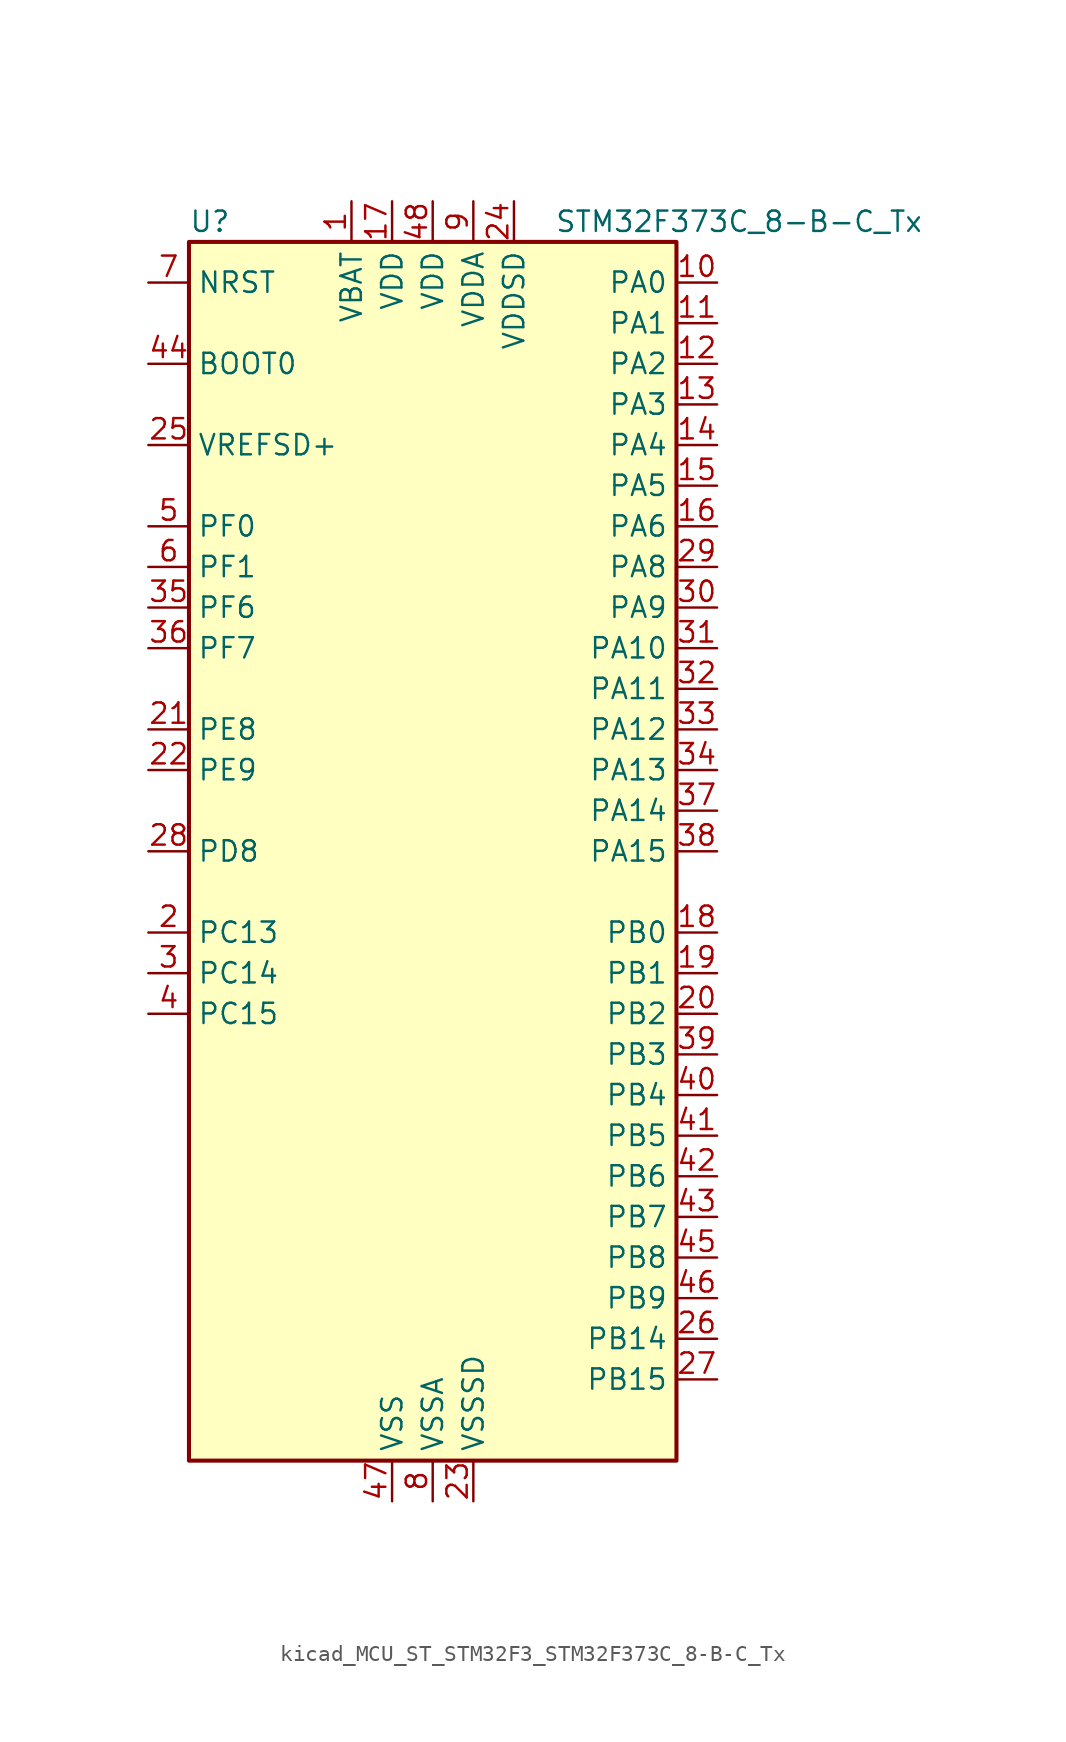
<source format=kicad_sym>
(kicad_symbol_lib
  (version 20220914)
  (generator kicad_symbol_editor)
  (symbol "kicad_MCU_ST_STM32F3_STM32F373C_8-B-C_Tx"
    (property "Reference" "U"
      (at -15.24 39.37 0)
      (effects (font (size 1.27 1.27)) (justify left)))
    (property "Value" "STM32F373C_8-B-C_Tx"
      (at 7.62 39.37 0)
      (effects (font (size 1.27 1.27)) (justify left)))
    (property "ki_locked" ""
      (at 0 0 0)
      (effects (font (size 1.27 1.27))))
    (symbol "kicad_MCU_ST_STM32F3_STM32F373C_8-B-C_Tx_0_1"
      (rectangle (start -15.24 -38.1) (end 15.24 38.1) (stroke (width 0.254) (type default)) (fill (type background))))
    (symbol "kicad_MCU_ST_STM32F3_STM32F373C_8-B-C_Tx_1_1"
      (pin power_in line (at -5.08 40.64 270) (length 2.54) (name "VBAT" (effects (font (size 1.27 1.27)))) (number "1" (effects (font (size 1.27 1.27)))))
      (pin bidirectional line (at 17.78 35.56 180) (length 2.54) (name "PA0" (effects (font (size 1.27 1.27)))) (number "10" (effects (font (size 1.27 1.27)))) (alternate "ADC1_IN0" bidirectional line) (alternate "COMP1_INM" bidirectional line) (alternate "COMP1_OUT" bidirectional line) (alternate "RTC_TAMP2" bidirectional line) (alternate "SYS_WKUP1" bidirectional line) (alternate "TIM19_CH1" bidirectional line) (alternate "TIM2_CH1" bidirectional line) (alternate "TIM2_ETR" bidirectional line) (alternate "TIM5_CH1" bidirectional line) (alternate "TIM5_ETR" bidirectional line) (alternate "TSC_G1_IO1" bidirectional line) (alternate "USART2_CTS" bidirectional line))
      (pin bidirectional line (at 17.78 33.02 180) (length 2.54) (name "PA1" (effects (font (size 1.27 1.27)))) (number "11" (effects (font (size 1.27 1.27)))) (alternate "ADC1_IN1" bidirectional line) (alternate "COMP1_INP" bidirectional line) (alternate "I2S3_CK" bidirectional line) (alternate "RTC_REFIN" bidirectional line) (alternate "SPI3_SCK" bidirectional line) (alternate "TIM15_CH1N" bidirectional line) (alternate "TIM19_CH2" bidirectional line) (alternate "TIM2_CH2" bidirectional line) (alternate "TIM5_CH2" bidirectional line) (alternate "TSC_G1_IO2" bidirectional line) (alternate "USART2_DE" bidirectional line) (alternate "USART2_RTS" bidirectional line))
      (pin bidirectional line (at 17.78 30.48 180) (length 2.54) (name "PA2" (effects (font (size 1.27 1.27)))) (number "12" (effects (font (size 1.27 1.27)))) (alternate "ADC1_IN2" bidirectional line) (alternate "COMP2_INM" bidirectional line) (alternate "COMP2_OUT" bidirectional line) (alternate "I2S3_MCK" bidirectional line) (alternate "SPI3_MISO" bidirectional line) (alternate "TIM15_CH1" bidirectional line) (alternate "TIM19_CH3" bidirectional line) (alternate "TIM2_CH3" bidirectional line) (alternate "TIM5_CH3" bidirectional line) (alternate "TSC_G1_IO3" bidirectional line) (alternate "USART2_TX" bidirectional line))
      (pin bidirectional line (at 17.78 27.94 180) (length 2.54) (name "PA3" (effects (font (size 1.27 1.27)))) (number "13" (effects (font (size 1.27 1.27)))) (alternate "ADC1_IN3" bidirectional line) (alternate "COMP2_INP" bidirectional line) (alternate "I2S3_SD" bidirectional line) (alternate "SPI3_MOSI" bidirectional line) (alternate "TIM15_CH2" bidirectional line) (alternate "TIM19_CH4" bidirectional line) (alternate "TIM2_CH4" bidirectional line) (alternate "TIM5_CH4" bidirectional line) (alternate "TSC_G1_IO4" bidirectional line) (alternate "USART2_RX" bidirectional line))
      (pin bidirectional line (at 17.78 25.4 180) (length 2.54) (name "PA4" (effects (font (size 1.27 1.27)))) (number "14" (effects (font (size 1.27 1.27)))) (alternate "ADC1_IN4" bidirectional line) (alternate "DAC1_OUT1" bidirectional line) (alternate "I2S1_WS" bidirectional line) (alternate "I2S3_WS" bidirectional line) (alternate "SPI1_NSS" bidirectional line) (alternate "SPI3_NSS" bidirectional line) (alternate "TIM12_CH1" bidirectional line) (alternate "TIM3_CH2" bidirectional line) (alternate "TSC_G2_IO1" bidirectional line) (alternate "USART2_CK" bidirectional line))
      (pin bidirectional line (at 17.78 22.86 180) (length 2.54) (name "PA5" (effects (font (size 1.27 1.27)))) (number "15" (effects (font (size 1.27 1.27)))) (alternate "ADC1_IN5" bidirectional line) (alternate "CEC" bidirectional line) (alternate "DAC1_OUT2" bidirectional line) (alternate "I2S1_CK" bidirectional line) (alternate "SPI1_SCK" bidirectional line) (alternate "TIM12_CH2" bidirectional line) (alternate "TIM14_CH1" bidirectional line) (alternate "TIM2_CH1" bidirectional line) (alternate "TIM2_ETR" bidirectional line) (alternate "TSC_G2_IO2" bidirectional line))
      (pin bidirectional line (at 17.78 20.32 180) (length 2.54) (name "PA6" (effects (font (size 1.27 1.27)))) (number "16" (effects (font (size 1.27 1.27)))) (alternate "ADC1_IN6" bidirectional line) (alternate "COMP1_OUT" bidirectional line) (alternate "DAC2_OUT1" bidirectional line) (alternate "I2S1_MCK" bidirectional line) (alternate "SPI1_MISO" bidirectional line) (alternate "TIM13_CH1" bidirectional line) (alternate "TIM16_CH1" bidirectional line) (alternate "TIM3_CH1" bidirectional line) (alternate "TSC_G2_IO3" bidirectional line))
      (pin power_in line (at -2.54 40.64 270) (length 2.54) (name "VDD" (effects (font (size 1.27 1.27)))) (number "17" (effects (font (size 1.27 1.27)))))
      (pin bidirectional line (at 17.78 -5.08 180) (length 2.54) (name "PB0" (effects (font (size 1.27 1.27)))) (number "18" (effects (font (size 1.27 1.27)))) (alternate "ADC1_IN8" bidirectional line) (alternate "I2S1_SD" bidirectional line) (alternate "SDADC1_AIN6P" bidirectional line) (alternate "SPI1_MOSI" bidirectional line) (alternate "TIM3_CH2" bidirectional line) (alternate "TIM3_CH3" bidirectional line) (alternate "TSC_G3_IO3" bidirectional line))
      (pin bidirectional line (at 17.78 -7.62 180) (length 2.54) (name "PB1" (effects (font (size 1.27 1.27)))) (number "19" (effects (font (size 1.27 1.27)))) (alternate "ADC1_IN9" bidirectional line) (alternate "SDADC1_AIN5P" bidirectional line) (alternate "SDADC1_AIN6M" bidirectional line) (alternate "TIM3_CH4" bidirectional line) (alternate "TSC_G3_IO4" bidirectional line))
      (pin bidirectional line (at -17.78 -5.08 0) (length 2.54) (name "PC13" (effects (font (size 1.27 1.27)))) (number "2" (effects (font (size 1.27 1.27)))) (alternate "RTC_OUT_ALARM" bidirectional line) (alternate "RTC_OUT_CALIB" bidirectional line) (alternate "RTC_TAMP1" bidirectional line) (alternate "RTC_TS" bidirectional line) (alternate "SYS_WKUP2" bidirectional line))
      (pin bidirectional line (at 17.78 -10.16 180) (length 2.54) (name "PB2" (effects (font (size 1.27 1.27)))) (number "20" (effects (font (size 1.27 1.27)))) (alternate "SDADC1_AIN4P" bidirectional line) (alternate "SDADC2_AIN6P" bidirectional line))
      (pin bidirectional line (at -17.78 7.62 0) (length 2.54) (name "PE8" (effects (font (size 1.27 1.27)))) (number "21" (effects (font (size 1.27 1.27)))) (alternate "SDADC1_AIN8P" bidirectional line) (alternate "SDADC2_AIN8P" bidirectional line))
      (pin bidirectional line (at -17.78 5.08 0) (length 2.54) (name "PE9" (effects (font (size 1.27 1.27)))) (number "22" (effects (font (size 1.27 1.27)))) (alternate "DAC1_EXTI9" bidirectional line) (alternate "DAC2_EXTI9" bidirectional line) (alternate "SDADC1_AIN7P" bidirectional line) (alternate "SDADC1_AIN8M" bidirectional line) (alternate "SDADC2_AIN7P" bidirectional line) (alternate "SDADC2_AIN8M" bidirectional line))
      (pin power_in line (at 2.54 -40.64 90) (length 2.54) (name "VSSSD" (effects (font (size 1.27 1.27)))) (number "23" (effects (font (size 1.27 1.27)))))
      (pin power_in line (at 5.08 40.64 270) (length 2.54) (name "VDDSD" (effects (font (size 1.27 1.27)))) (number "24" (effects (font (size 1.27 1.27)))))
      (pin input line (at -17.78 25.4 0) (length 2.54) (name "VREFSD+" (effects (font (size 1.27 1.27)))) (number "25" (effects (font (size 1.27 1.27)))))
      (pin bidirectional line (at 17.78 -30.48 180) (length 2.54) (name "PB14" (effects (font (size 1.27 1.27)))) (number "26" (effects (font (size 1.27 1.27)))) (alternate "I2S2_MCK" bidirectional line) (alternate "SDADC3_AIN8P" bidirectional line) (alternate "SPI2_MISO" bidirectional line) (alternate "TIM12_CH1" bidirectional line) (alternate "TIM15_CH1" bidirectional line) (alternate "TSC_G6_IO1" bidirectional line) (alternate "USART3_DE" bidirectional line) (alternate "USART3_RTS" bidirectional line))
      (pin bidirectional line (at 17.78 -33.02 180) (length 2.54) (name "PB15" (effects (font (size 1.27 1.27)))) (number "27" (effects (font (size 1.27 1.27)))) (alternate "ADC1_EXTI15" bidirectional line) (alternate "I2S2_SD" bidirectional line) (alternate "RTC_REFIN" bidirectional line) (alternate "SDADC1_EXTI15" bidirectional line) (alternate "SDADC2_EXTI15" bidirectional line) (alternate "SDADC3_AIN7P" bidirectional line) (alternate "SDADC3_AIN8M" bidirectional line) (alternate "SDADC3_EXTI15" bidirectional line) (alternate "SPI2_MOSI" bidirectional line) (alternate "TIM12_CH2" bidirectional line) (alternate "TIM15_CH1N" bidirectional line) (alternate "TIM15_CH2" bidirectional line) (alternate "TSC_G6_IO2" bidirectional line))
      (pin bidirectional line (at -17.78 0 0) (length 2.54) (name "PD8" (effects (font (size 1.27 1.27)))) (number "28" (effects (font (size 1.27 1.27)))) (alternate "I2S2_CK" bidirectional line) (alternate "SDADC3_AIN6P" bidirectional line) (alternate "SPI2_SCK" bidirectional line) (alternate "TSC_G6_IO3" bidirectional line) (alternate "USART3_TX" bidirectional line))
      (pin bidirectional line (at 17.78 17.78 180) (length 2.54) (name "PA8" (effects (font (size 1.27 1.27)))) (number "29" (effects (font (size 1.27 1.27)))) (alternate "I2C2_SMBA" bidirectional line) (alternate "I2S2_CK" bidirectional line) (alternate "RCC_MCO" bidirectional line) (alternate "SPI2_SCK" bidirectional line) (alternate "TIM4_ETR" bidirectional line) (alternate "TIM5_CH1" bidirectional line) (alternate "TIM5_ETR" bidirectional line) (alternate "USART1_CK" bidirectional line))
      (pin bidirectional line (at -17.78 -7.62 0) (length 2.54) (name "PC14" (effects (font (size 1.27 1.27)))) (number "3" (effects (font (size 1.27 1.27)))) (alternate "RCC_OSC32_IN" bidirectional line))
      (pin bidirectional line (at 17.78 15.24 180) (length 2.54) (name "PA9" (effects (font (size 1.27 1.27)))) (number "30" (effects (font (size 1.27 1.27)))) (alternate "DAC1_EXTI9" bidirectional line) (alternate "DAC2_EXTI9" bidirectional line) (alternate "I2C2_SCL" bidirectional line) (alternate "I2S2_MCK" bidirectional line) (alternate "SPI2_MISO" bidirectional line) (alternate "TIM13_CH1" bidirectional line) (alternate "TIM15_BKIN" bidirectional line) (alternate "TIM2_CH3" bidirectional line) (alternate "TSC_G4_IO1" bidirectional line) (alternate "USART1_TX" bidirectional line))
      (pin bidirectional line (at 17.78 12.7 180) (length 2.54) (name "PA10" (effects (font (size 1.27 1.27)))) (number "31" (effects (font (size 1.27 1.27)))) (alternate "I2C2_SDA" bidirectional line) (alternate "I2S2_SD" bidirectional line) (alternate "SPI2_MOSI" bidirectional line) (alternate "TIM14_CH1" bidirectional line) (alternate "TIM17_BKIN" bidirectional line) (alternate "TIM2_CH4" bidirectional line) (alternate "TSC_G4_IO2" bidirectional line) (alternate "USART1_RX" bidirectional line))
      (pin bidirectional line (at 17.78 10.16 180) (length 2.54) (name "PA11" (effects (font (size 1.27 1.27)))) (number "32" (effects (font (size 1.27 1.27)))) (alternate "ADC1_EXTI11" bidirectional line) (alternate "CAN_RX" bidirectional line) (alternate "COMP1_OUT" bidirectional line) (alternate "I2S1_WS" bidirectional line) (alternate "I2S2_WS" bidirectional line) (alternate "SDADC1_EXTI11" bidirectional line) (alternate "SDADC2_EXTI11" bidirectional line) (alternate "SDADC3_EXTI11" bidirectional line) (alternate "SPI1_NSS" bidirectional line) (alternate "SPI2_NSS" bidirectional line) (alternate "TIM4_CH1" bidirectional line) (alternate "TIM5_CH2" bidirectional line) (alternate "USART1_CTS" bidirectional line) (alternate "USB_DM" bidirectional line))
      (pin bidirectional line (at 17.78 7.62 180) (length 2.54) (name "PA12" (effects (font (size 1.27 1.27)))) (number "33" (effects (font (size 1.27 1.27)))) (alternate "CAN_TX" bidirectional line) (alternate "COMP2_OUT" bidirectional line) (alternate "I2S1_CK" bidirectional line) (alternate "SPI1_SCK" bidirectional line) (alternate "TIM16_CH1" bidirectional line) (alternate "TIM4_CH2" bidirectional line) (alternate "TIM5_CH3" bidirectional line) (alternate "USART1_DE" bidirectional line) (alternate "USART1_RTS" bidirectional line) (alternate "USB_DP" bidirectional line))
      (pin bidirectional line (at 17.78 5.08 180) (length 2.54) (name "PA13" (effects (font (size 1.27 1.27)))) (number "34" (effects (font (size 1.27 1.27)))) (alternate "I2S1_MCK" bidirectional line) (alternate "IR_OUT" bidirectional line) (alternate "SPI1_MISO" bidirectional line) (alternate "SYS_JTMS-SWDIO" bidirectional line) (alternate "TIM16_CH1N" bidirectional line) (alternate "TIM4_CH3" bidirectional line) (alternate "TIM5_CH4" bidirectional line) (alternate "TSC_G4_IO3" bidirectional line) (alternate "USART3_CTS" bidirectional line))
      (pin bidirectional line (at -17.78 15.24 0) (length 2.54) (name "PF6" (effects (font (size 1.27 1.27)))) (number "35" (effects (font (size 1.27 1.27)))) (alternate "I2C2_SCL" bidirectional line) (alternate "I2S1_SD" bidirectional line) (alternate "SPI1_MOSI" bidirectional line) (alternate "TIM4_CH4" bidirectional line) (alternate "USART3_DE" bidirectional line) (alternate "USART3_RTS" bidirectional line))
      (pin bidirectional line (at -17.78 12.7 0) (length 2.54) (name "PF7" (effects (font (size 1.27 1.27)))) (number "36" (effects (font (size 1.27 1.27)))) (alternate "I2C2_SDA" bidirectional line) (alternate "USART2_CK" bidirectional line))
      (pin bidirectional line (at 17.78 2.54 180) (length 2.54) (name "PA14" (effects (font (size 1.27 1.27)))) (number "37" (effects (font (size 1.27 1.27)))) (alternate "I2C1_SDA" bidirectional line) (alternate "SYS_JTCK-SWCLK" bidirectional line) (alternate "TIM12_CH1" bidirectional line) (alternate "TSC_G4_IO4" bidirectional line))
      (pin bidirectional line (at 17.78 0 180) (length 2.54) (name "PA15" (effects (font (size 1.27 1.27)))) (number "38" (effects (font (size 1.27 1.27)))) (alternate "ADC1_EXTI15" bidirectional line) (alternate "I2C1_SCL" bidirectional line) (alternate "I2S1_WS" bidirectional line) (alternate "I2S3_WS" bidirectional line) (alternate "SDADC1_EXTI15" bidirectional line) (alternate "SDADC2_EXTI15" bidirectional line) (alternate "SDADC3_EXTI15" bidirectional line) (alternate "SPI1_NSS" bidirectional line) (alternate "SPI3_NSS" bidirectional line) (alternate "SYS_JTDI" bidirectional line) (alternate "TIM12_CH2" bidirectional line) (alternate "TIM2_CH1" bidirectional line) (alternate "TIM2_ETR" bidirectional line) (alternate "TSC_SYNC" bidirectional line))
      (pin bidirectional line (at 17.78 -12.7 180) (length 2.54) (name "PB3" (effects (font (size 1.27 1.27)))) (number "39" (effects (font (size 1.27 1.27)))) (alternate "I2S1_CK" bidirectional line) (alternate "I2S3_CK" bidirectional line) (alternate "SPI1_SCK" bidirectional line) (alternate "SPI3_SCK" bidirectional line) (alternate "SYS_JTDO-TRACESWO" bidirectional line) (alternate "TIM13_CH1" bidirectional line) (alternate "TIM2_CH2" bidirectional line) (alternate "TIM3_ETR" bidirectional line) (alternate "TIM4_ETR" bidirectional line) (alternate "TSC_G5_IO1" bidirectional line) (alternate "USART2_TX" bidirectional line))
      (pin bidirectional line (at -17.78 -10.16 0) (length 2.54) (name "PC15" (effects (font (size 1.27 1.27)))) (number "4" (effects (font (size 1.27 1.27)))) (alternate "ADC1_EXTI15" bidirectional line) (alternate "RCC_OSC32_OUT" bidirectional line) (alternate "SDADC1_EXTI15" bidirectional line) (alternate "SDADC2_EXTI15" bidirectional line) (alternate "SDADC3_EXTI15" bidirectional line))
      (pin bidirectional line (at 17.78 -15.24 180) (length 2.54) (name "PB4" (effects (font (size 1.27 1.27)))) (number "40" (effects (font (size 1.27 1.27)))) (alternate "I2S1_MCK" bidirectional line) (alternate "I2S3_MCK" bidirectional line) (alternate "SPI1_MISO" bidirectional line) (alternate "SPI3_MISO" bidirectional line) (alternate "SYS_NJTRST" bidirectional line) (alternate "TIM15_CH1N" bidirectional line) (alternate "TIM16_CH1" bidirectional line) (alternate "TIM17_BKIN" bidirectional line) (alternate "TIM3_CH1" bidirectional line) (alternate "TSC_G5_IO2" bidirectional line) (alternate "USART2_RX" bidirectional line))
      (pin bidirectional line (at 17.78 -17.78 180) (length 2.54) (name "PB5" (effects (font (size 1.27 1.27)))) (number "41" (effects (font (size 1.27 1.27)))) (alternate "I2C1_SMBA" bidirectional line) (alternate "I2S1_SD" bidirectional line) (alternate "I2S3_SD" bidirectional line) (alternate "SPI1_MOSI" bidirectional line) (alternate "SPI3_MOSI" bidirectional line) (alternate "TIM16_BKIN" bidirectional line) (alternate "TIM17_CH1" bidirectional line) (alternate "TIM19_ETR" bidirectional line) (alternate "TIM3_CH2" bidirectional line) (alternate "USART2_CK" bidirectional line))
      (pin bidirectional line (at 17.78 -20.32 180) (length 2.54) (name "PB6" (effects (font (size 1.27 1.27)))) (number "42" (effects (font (size 1.27 1.27)))) (alternate "I2C1_SCL" bidirectional line) (alternate "TIM15_CH1" bidirectional line) (alternate "TIM16_CH1N" bidirectional line) (alternate "TIM19_CH1" bidirectional line) (alternate "TIM3_CH3" bidirectional line) (alternate "TIM4_CH1" bidirectional line) (alternate "TSC_G5_IO3" bidirectional line) (alternate "USART1_TX" bidirectional line))
      (pin bidirectional line (at 17.78 -22.86 180) (length 2.54) (name "PB7" (effects (font (size 1.27 1.27)))) (number "43" (effects (font (size 1.27 1.27)))) (alternate "I2C1_SDA" bidirectional line) (alternate "TIM15_CH2" bidirectional line) (alternate "TIM17_CH1N" bidirectional line) (alternate "TIM19_CH2" bidirectional line) (alternate "TIM3_CH4" bidirectional line) (alternate "TIM4_CH2" bidirectional line) (alternate "TSC_G5_IO4" bidirectional line) (alternate "USART1_RX" bidirectional line))
      (pin input line (at -17.78 30.48 0) (length 2.54) (name "BOOT0" (effects (font (size 1.27 1.27)))) (number "44" (effects (font (size 1.27 1.27)))))
      (pin bidirectional line (at 17.78 -25.4 180) (length 2.54) (name "PB8" (effects (font (size 1.27 1.27)))) (number "45" (effects (font (size 1.27 1.27)))) (alternate "CAN_RX" bidirectional line) (alternate "CEC" bidirectional line) (alternate "COMP1_OUT" bidirectional line) (alternate "I2C1_SCL" bidirectional line) (alternate "I2S2_CK" bidirectional line) (alternate "SPI2_SCK" bidirectional line) (alternate "TIM16_CH1" bidirectional line) (alternate "TIM19_CH3" bidirectional line) (alternate "TIM4_CH3" bidirectional line) (alternate "TSC_SYNC" bidirectional line) (alternate "USART3_TX" bidirectional line))
      (pin bidirectional line (at 17.78 -27.94 180) (length 2.54) (name "PB9" (effects (font (size 1.27 1.27)))) (number "46" (effects (font (size 1.27 1.27)))) (alternate "CAN_TX" bidirectional line) (alternate "COMP2_OUT" bidirectional line) (alternate "DAC1_EXTI9" bidirectional line) (alternate "DAC2_EXTI9" bidirectional line) (alternate "I2C1_SDA" bidirectional line) (alternate "I2S2_WS" bidirectional line) (alternate "IR_OUT" bidirectional line) (alternate "SPI2_NSS" bidirectional line) (alternate "TIM17_CH1" bidirectional line) (alternate "TIM19_CH4" bidirectional line) (alternate "TIM4_CH4" bidirectional line) (alternate "USART3_RX" bidirectional line))
      (pin power_in line (at -2.54 -40.64 90) (length 2.54) (name "VSS" (effects (font (size 1.27 1.27)))) (number "47" (effects (font (size 1.27 1.27)))))
      (pin power_in line (at 0 40.64 270) (length 2.54) (name "VDD" (effects (font (size 1.27 1.27)))) (number "48" (effects (font (size 1.27 1.27)))))
      (pin bidirectional line (at -17.78 20.32 0) (length 2.54) (name "PF0" (effects (font (size 1.27 1.27)))) (number "5" (effects (font (size 1.27 1.27)))) (alternate "I2C2_SDA" bidirectional line) (alternate "RCC_OSC_IN" bidirectional line))
      (pin bidirectional line (at -17.78 17.78 0) (length 2.54) (name "PF1" (effects (font (size 1.27 1.27)))) (number "6" (effects (font (size 1.27 1.27)))) (alternate "I2C2_SCL" bidirectional line) (alternate "RCC_OSC_OUT" bidirectional line))
      (pin input line (at -17.78 35.56 0) (length 2.54) (name "NRST" (effects (font (size 1.27 1.27)))) (number "7" (effects (font (size 1.27 1.27)))))
      (pin power_in line (at 0 -40.64 90) (length 2.54) (name "VSSA" (effects (font (size 1.27 1.27)))) (number "8" (effects (font (size 1.27 1.27)))))
      (pin power_in line (at 2.54 40.64 270) (length 2.54) (name "VDDA" (effects (font (size 1.27 1.27)))) (number "9" (effects (font (size 1.27 1.27))))))))
</source>
